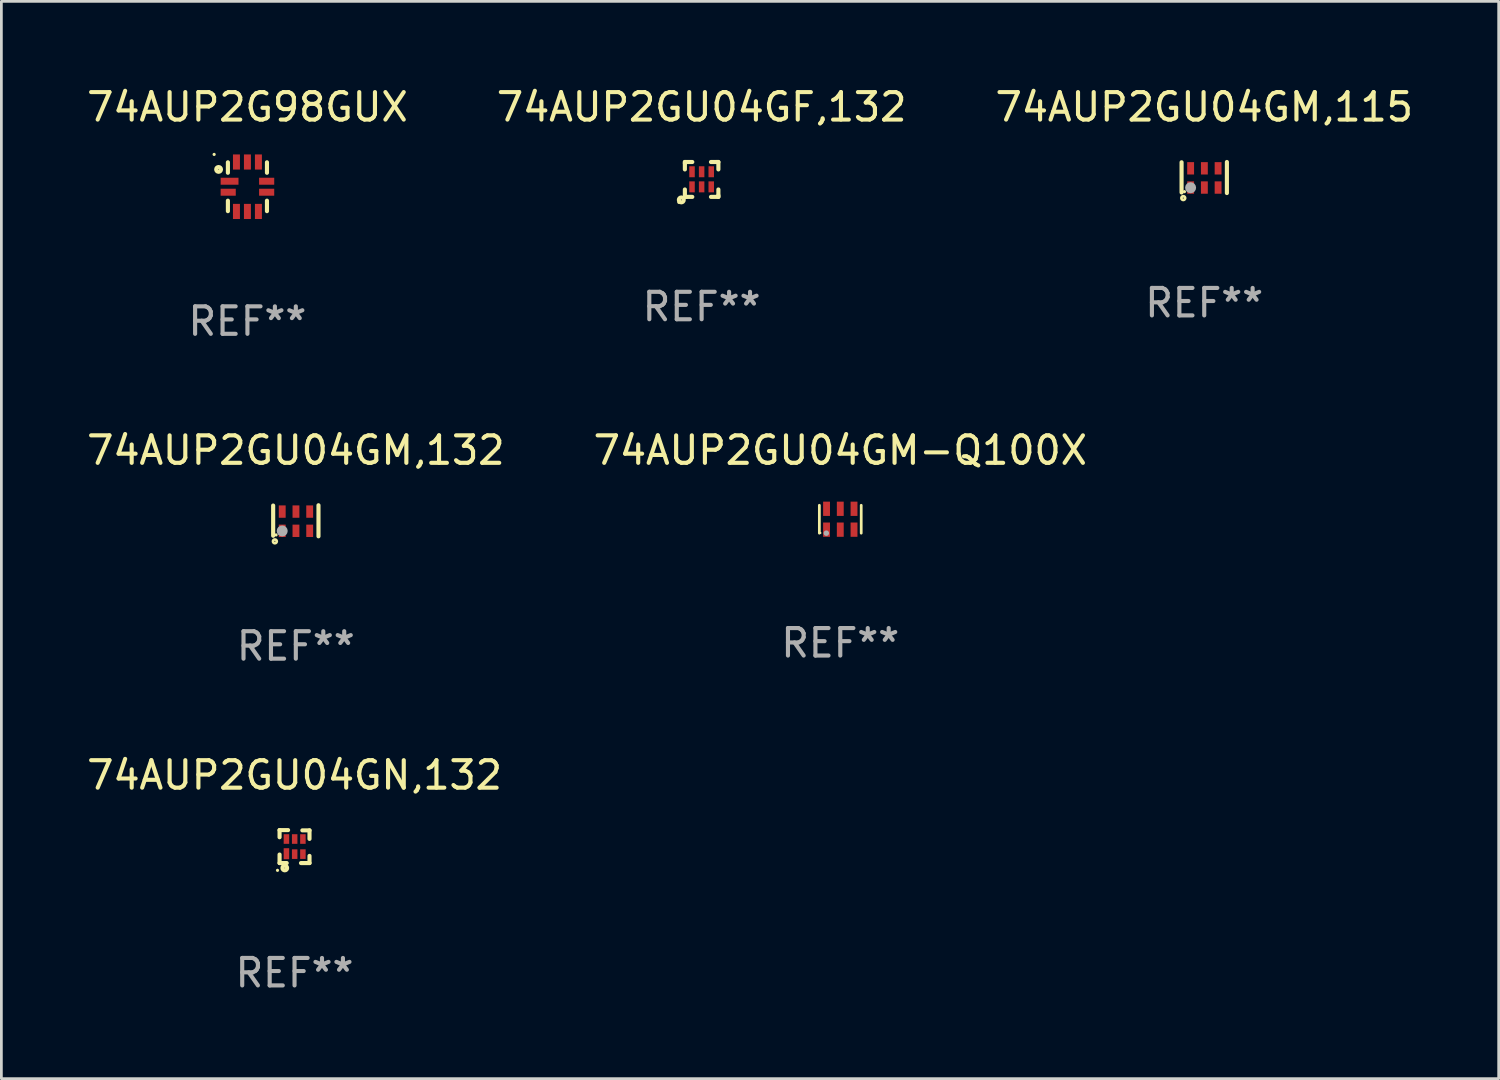
<source format=kicad_pcb>
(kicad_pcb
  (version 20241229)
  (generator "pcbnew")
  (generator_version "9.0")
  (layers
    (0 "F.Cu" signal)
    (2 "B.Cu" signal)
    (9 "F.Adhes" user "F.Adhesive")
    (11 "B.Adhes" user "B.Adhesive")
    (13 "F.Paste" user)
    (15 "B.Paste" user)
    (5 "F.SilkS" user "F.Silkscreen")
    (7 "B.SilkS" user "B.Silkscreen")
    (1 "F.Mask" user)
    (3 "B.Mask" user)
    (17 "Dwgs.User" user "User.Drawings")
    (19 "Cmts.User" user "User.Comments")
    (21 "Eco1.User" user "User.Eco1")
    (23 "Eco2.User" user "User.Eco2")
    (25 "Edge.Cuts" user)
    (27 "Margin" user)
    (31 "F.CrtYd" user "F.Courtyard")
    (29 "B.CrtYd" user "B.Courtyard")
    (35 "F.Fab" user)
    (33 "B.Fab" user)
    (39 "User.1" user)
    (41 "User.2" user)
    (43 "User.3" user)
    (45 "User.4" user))
  (footprint "74AUP2GU04GN,132"
    (layer "F.Cu")
    (at 7.673 27.771)
    (property "Reference" "74AUP2GU04GN,132" (at 0 -2.6 0) (layer "F.SilkS") (effects (font (size 1 1) (thickness 0.15))))
    (attr through_hole)
    (fp_line (start -0.545 -0.6) (end -0.235 -0.6) (stroke (width 0.15) (type solid)) (layer "F.SilkS"))
    (fp_line (start -0.545 -0.34) (end -0.545 -0.6) (stroke (width 0.15) (type solid)) (layer "F.SilkS"))
    (fp_line (start -0.545 0.6) (end -0.545 0.29) (stroke (width 0.15) (type solid)) (layer "F.SilkS"))
    (fp_line (start -0.285 0.6) (end -0.545 0.6) (stroke (width 0.15) (type solid)) (layer "F.SilkS"))
    (fp_line (start 0.285 -0.59) (end 0.545 -0.59) (stroke (width 0.15) (type solid)) (layer "F.SilkS"))
    (fp_line (start 0.545 -0.59) (end 0.545 -0.28) (stroke (width 0.15) (type solid)) (layer "F.SilkS"))
    (fp_line (start 0.545 0.34) (end 0.545 0.6) (stroke (width 0.15) (type solid)) (layer "F.SilkS"))
    (fp_line (start 0.545 0.6) (end 0.235 0.6) (stroke (width 0.15) (type solid)) (layer "F.SilkS"))
    (fp_circle (center -0.62 0.865) (end -0.59 0.865) (stroke (width 0.06) (type solid)) (fill no) (layer "F.SilkS"))
    (fp_circle (center -0.355 0.78) (end -0.345 0.78) (stroke (width 0.15) (type solid)) (fill no) (layer "F.SilkS"))
    (fp_text user "REF**" (at 0 4.6 0) (layer "F.Fab") (effects (font (size 1 1) (thickness 0.15))))
    (pad "1" smd rect (at -0.295 0.26) (size 0.2 0.4) (layers "F.Cu" "F.Mask" "F.Paste"))
    (pad "2" smd rect (at 0.005 0.275) (size 0.2 0.35) (layers "F.Cu" "F.Mask" "F.Paste"))
    (pad "3" smd rect (at 0.305 0.275) (size 0.2 0.35) (layers "F.Cu" "F.Mask" "F.Paste"))
    (pad "4" smd rect (at 0.305 -0.275) (size 0.2 0.35) (layers "F.Cu" "F.Mask" "F.Paste"))
    (pad "5" smd rect (at 0.005 -0.275) (size 0.2 0.35) (layers "F.Cu" "F.Mask" "F.Paste"))
    (pad "6" smd rect (at -0.295 -0.275) (size 0.2 0.35) (layers "F.Cu" "F.Mask" "F.Paste")))
  (footprint "74AUP2GU04GM,132"
    (layer "F.Cu")
    (at 7.72 15.91)
    (property "Reference" "74AUP2GU04GM,132" (at 0 -2.565 0) (layer "F.SilkS") (effects (font (size 1 1) (thickness 0.15))))
    (attr through_hole)
    (fp_line (start -0.825 -0.555) (end -0.825 0.545) (stroke (width 0.15) (type solid)) (layer "F.SilkS"))
    (fp_line (start 0.825 -0.565) (end 0.825 0.565) (stroke (width 0.15) (type solid)) (layer "F.SilkS"))
    (fp_circle (center -0.763 0.749) (end -0.695 0.749) (stroke (width 0.1) (type solid)) (fill no) (layer "F.SilkS"))
    (fp_circle (center -0.72 0.515) (end -0.69 0.515) (stroke (width 0.06) (type solid)) (fill no) (layer "F.SilkS"))
    (fp_circle (center -0.496 0.371) (end -0.396 0.371) (stroke (width 0.2) (type solid)) (fill no) (layer "F.Fab"))
    (fp_text user "REF**" (at 0 4.565 0) (layer "F.Fab") (effects (font (size 1 1) (thickness 0.15))))
    (pad "1" smd rect (at -0.495 0.365) (size 0.25 0.45) (layers "F.Cu" "F.Mask" "F.Paste"))
    (pad "2" smd rect (at 0.005 0.365) (size 0.25 0.45) (layers "F.Cu" "F.Mask" "F.Paste"))
    (pad "3" smd rect (at 0.505 0.365) (size 0.25 0.45) (layers "F.Cu" "F.Mask" "F.Paste"))
    (pad "4" smd rect (at 0.505 -0.335) (size 0.25 0.45) (layers "F.Cu" "F.Mask" "F.Paste"))
    (pad "5" smd rect (at 0.005 -0.335) (size 0.25 0.45) (layers "F.Cu" "F.Mask" "F.Paste"))
    (pad "6" smd rect (at -0.495 -0.335) (size 0.25 0.45) (layers "F.Cu" "F.Mask" "F.Paste")))
  (footprint "74AUP2G98GUX"
    (layer "F.Cu")
    (at 5.958 3.748)
    (property "Reference" "74AUP2G98GUX" (at 0 -2.9 0) (layer "F.SilkS") (effects (font (size 1 1) (thickness 0.15))))
    (attr through_hole)
    (fp_line (start -0.711 -0.889) (end -0.711 -0.508) (stroke (width 0.15) (type solid)) (layer "F.SilkS"))
    (fp_line (start -0.711 0.508) (end -0.711 0.889) (stroke (width 0.15) (type solid)) (layer "F.SilkS"))
    (fp_line (start 0.711 -0.889) (end 0.711 -0.508) (stroke (width 0.15) (type solid)) (layer "F.SilkS"))
    (fp_line (start 0.711 0.508) (end 0.711 0.889) (stroke (width 0.15) (type solid)) (layer "F.SilkS"))
    (fp_circle (center -1.212 -1.176) (end -1.182 -1.176) (stroke (width 0.06) (type solid)) (fill no) (layer "F.SilkS"))
    (fp_circle (center -1.05 -0.63) (end -0.963 -0.63) (stroke (width 0.15) (type solid)) (fill no) (layer "F.SilkS"))
    (fp_text user "REF**" (at 0 4.9 0) (layer "F.Fab") (effects (font (size 1 1) (thickness 0.15))))
    (pad "1" smd rect (at -0.65 -0.2 90) (size 0.254 0.65) (layers "F.Cu" "F.Mask" "F.Paste"))
    (pad "2" smd rect (at -0.7 0.2 90) (size 0.254 0.551) (layers "F.Cu" "F.Mask" "F.Paste"))
    (pad "3" smd rect (at -0.4 0.9) (size 0.254 0.551) (layers "F.Cu" "F.Mask" "F.Paste"))
    (pad "4" smd rect (at 0 0.9) (size 0.254 0.551) (layers "F.Cu" "F.Mask" "F.Paste"))
    (pad "5" smd rect (at 0.4 0.9) (size 0.254 0.551) (layers "F.Cu" "F.Mask" "F.Paste"))
    (pad "6" smd rect (at 0.7 0.2 90) (size 0.254 0.551) (layers "F.Cu" "F.Mask" "F.Paste"))
    (pad "7" smd rect (at 0.7 -0.2 90) (size 0.254 0.551) (layers "F.Cu" "F.Mask" "F.Paste"))
    (pad "8" smd rect (at 0.4 -0.9) (size 0.254 0.551) (layers "F.Cu" "F.Mask" "F.Paste"))
    (pad "9" smd rect (at 0 -0.9) (size 0.254 0.551) (layers "F.Cu" "F.Mask" "F.Paste"))
    (pad "10" smd rect (at -0.4 -0.9) (size 0.254 0.551) (layers "F.Cu" "F.Mask" "F.Paste")))
  (footprint "74AUP2GU04GM-Q100X"
    (layer "F.Cu")
    (at 27.542 15.853)
    (property "Reference" "74AUP2GU04GM-Q100X" (at 0 -2.508 0) (layer "F.SilkS") (effects (font (size 1 1) (thickness 0.15))))
    (attr through_hole)
    (fp_line (start -0.762 -0.508) (end -0.762 0.508) (stroke (width 0.1) (type solid)) (layer "F.SilkS"))
    (fp_line (start 0.762 -0.508) (end 0.762 0.508) (stroke (width 0.1) (type solid)) (layer "F.SilkS"))
    (fp_circle (center -0.725 0.5) (end -0.705 0.5) (stroke (width 0.04) (type solid)) (fill no) (layer "F.SilkS"))
    (fp_circle (center -0.508 0.508) (end -0.458 0.508) (stroke (width 0.1) (type solid)) (fill no) (layer "F.Fab"))
    (fp_text user "REF**" (at 0 4.508 0) (layer "F.Fab") (effects (font (size 1 1) (thickness 0.15))))
    (pad "1" smd rect (at -0.5 0.38) (size 0.25 0.52) (layers "F.Cu" "F.Mask" "F.Paste"))
    (pad "2" smd rect (at -0.000127 0.38) (size 0.25 0.52) (layers "F.Cu" "F.Mask" "F.Paste"))
    (pad "3" smd rect (at 0.5 0.38) (size 0.25 0.52) (layers "F.Cu" "F.Mask" "F.Paste"))
    (pad "4" smd rect (at 0.5 -0.38 180) (size 0.25 0.52) (layers "F.Cu" "F.Mask" "F.Paste"))
    (pad "5" smd rect (at -0.000127 -0.38 180) (size 0.25 0.52) (layers "F.Cu" "F.Mask" "F.Paste"))
    (pad "6" smd rect (at -0.5 -0.38 180) (size 0.25 0.52) (layers "F.Cu" "F.Mask" "F.Paste")))
  (footprint "74AUP2GU04GM,115"
    (layer "F.Cu")
    (at 40.792 3.413)
    (property "Reference" "74AUP2GU04GM,115" (at 0 -2.565 0) (layer "F.SilkS") (effects (font (size 1 1) (thickness 0.15))))
    (attr through_hole)
    (fp_line (start -0.825 -0.555) (end -0.825 0.545) (stroke (width 0.15) (type solid)) (layer "F.SilkS"))
    (fp_line (start 0.825 -0.565) (end 0.825 0.565) (stroke (width 0.15) (type solid)) (layer "F.SilkS"))
    (fp_circle (center -0.763 0.749) (end -0.695 0.749) (stroke (width 0.1) (type solid)) (fill no) (layer "F.SilkS"))
    (fp_circle (center -0.72 0.515) (end -0.69 0.515) (stroke (width 0.06) (type solid)) (fill no) (layer "F.SilkS"))
    (fp_circle (center -0.496 0.371) (end -0.396 0.371) (stroke (width 0.2) (type solid)) (fill no) (layer "F.Fab"))
    (fp_text user "REF**" (at 0 4.565 0) (layer "F.Fab") (effects (font (size 1 1) (thickness 0.15))))
    (pad "1" smd rect (at -0.495 0.365) (size 0.25 0.45) (layers "F.Cu" "F.Mask" "F.Paste"))
    (pad "2" smd rect (at 0.005 0.365) (size 0.25 0.45) (layers "F.Cu" "F.Mask" "F.Paste"))
    (pad "3" smd rect (at 0.505 0.365) (size 0.25 0.45) (layers "F.Cu" "F.Mask" "F.Paste"))
    (pad "4" smd rect (at 0.505 -0.335) (size 0.25 0.45) (layers "F.Cu" "F.Mask" "F.Paste"))
    (pad "5" smd rect (at 0.005 -0.335) (size 0.25 0.45) (layers "F.Cu" "F.Mask" "F.Paste"))
    (pad "6" smd rect (at -0.495 -0.335) (size 0.25 0.45) (layers "F.Cu" "F.Mask" "F.Paste")))
  (footprint "74AUP2GU04GF,132"
    (layer "F.Cu")
    (at 22.494 3.483)
    (property "Reference" "74AUP2GU04GF,132" (at 0 -2.635 0) (layer "F.SilkS") (effects (font (size 1 1) (thickness 0.15))))
    (attr through_hole)
    (fp_line (start -0.61 0.635) (end -0.61 0.365) (stroke (width 0.15) (type solid)) (layer "F.SilkS"))
    (fp_line (start -0.61 -0.635) (end -0.34 -0.635) (stroke (width 0.15) (type solid)) (layer "F.SilkS"))
    (fp_line (start -0.61 -0.585) (end -0.61 -0.635) (stroke (width 0.15) (type solid)) (layer "F.SilkS"))
    (fp_line (start -0.61 -0.365) (end -0.61 -0.585) (stroke (width 0.15) (type solid)) (layer "F.SilkS"))
    (fp_line (start -0.56 0.635) (end -0.61 0.635) (stroke (width 0.15) (type solid)) (layer "F.SilkS"))
    (fp_line (start -0.34 0.635) (end -0.56 0.635) (stroke (width 0.15) (type solid)) (layer "F.SilkS"))
    (fp_line (start 0.34 -0.635) (end 0.56 -0.635) (stroke (width 0.15) (type solid)) (layer "F.SilkS"))
    (fp_line (start 0.56 -0.635) (end 0.61 -0.635) (stroke (width 0.15) (type solid)) (layer "F.SilkS"))
    (fp_line (start 0.61 -0.635) (end 0.61 -0.365) (stroke (width 0.15) (type solid)) (layer "F.SilkS"))
    (fp_line (start 0.61 0.365) (end 0.61 0.585) (stroke (width 0.15) (type solid)) (layer "F.SilkS"))
    (fp_line (start 0.61 0.585) (end 0.61 0.635) (stroke (width 0.15) (type solid)) (layer "F.SilkS"))
    (fp_line (start 0.61 0.635) (end 0.34 0.635) (stroke (width 0.15) (type solid)) (layer "F.SilkS"))
    (fp_circle (center -0.829 0.834) (end -0.799 0.834) (stroke (width 0.06) (type solid)) (fill no) (layer "F.SilkS"))
    (fp_circle (center -0.74 0.745) (end -0.726 0.745) (stroke (width 0.15) (type solid)) (fill no) (layer "F.SilkS"))
    (fp_text user "REF**" (at 0 4.635 0) (layer "F.Fab") (effects (font (size 1 1) (thickness 0.15))))
    (pad "1" smd rect (at -0.35 0.27) (size 0.2 0.4) (layers "F.Cu" "F.Mask" "F.Paste"))
    (pad "2" smd rect (at -0.000051 0.27) (size 0.2 0.4) (layers "F.Cu" "F.Mask" "F.Paste"))
    (pad "3" smd rect (at 0.35 0.27) (size 0.2 0.4) (layers "F.Cu" "F.Mask" "F.Paste"))
    (pad "4" smd rect (at 0.35 -0.28) (size 0.2 0.4) (layers "F.Cu" "F.Mask" "F.Paste"))
    (pad "5" smd rect (at -0.000051 -0.28) (size 0.2 0.4) (layers "F.Cu" "F.Mask" "F.Paste"))
    (pad "6" smd rect (at -0.35 -0.28) (size 0.2 0.4) (layers "F.Cu" "F.Mask" "F.Paste")))
  (gr_rect
    (start -3 -3)
    (end 51.512 36.22)
    (stroke (width 0.1) (type default))
    (fill no)
    (layer "Edge.Cuts")))
</source>
